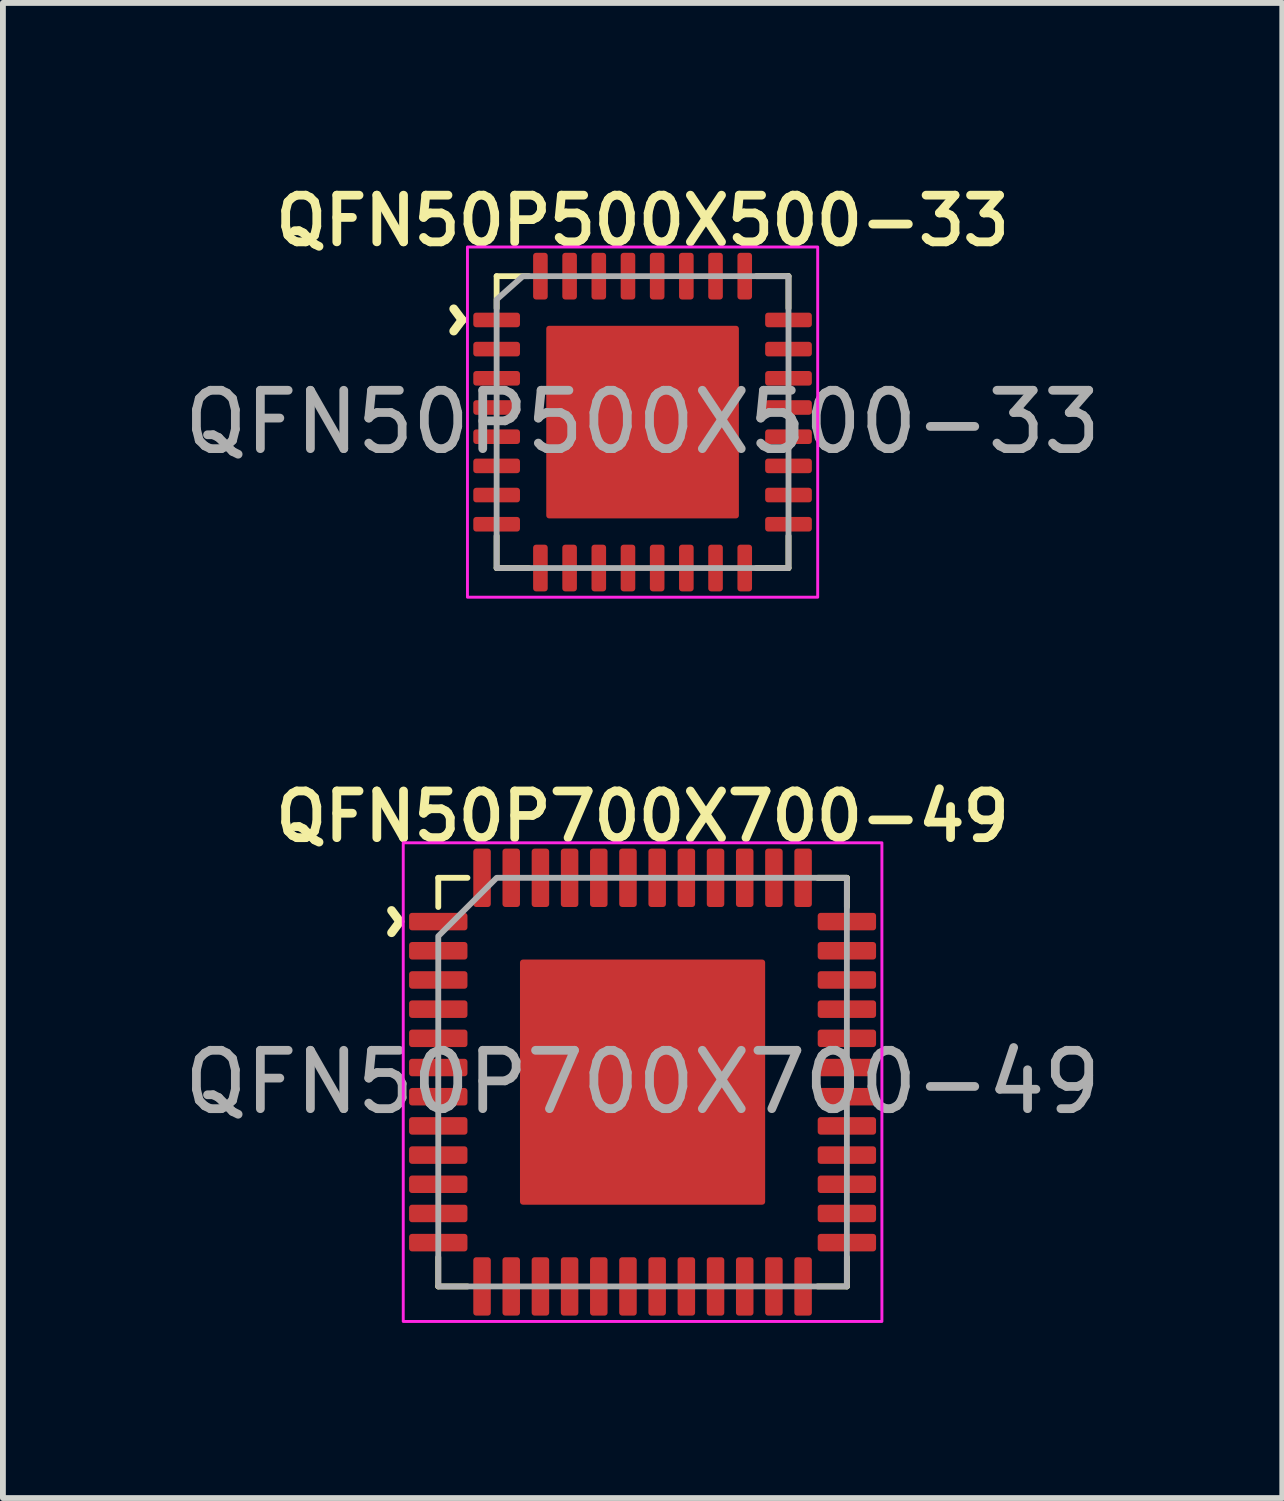
<source format=kicad_pcb>
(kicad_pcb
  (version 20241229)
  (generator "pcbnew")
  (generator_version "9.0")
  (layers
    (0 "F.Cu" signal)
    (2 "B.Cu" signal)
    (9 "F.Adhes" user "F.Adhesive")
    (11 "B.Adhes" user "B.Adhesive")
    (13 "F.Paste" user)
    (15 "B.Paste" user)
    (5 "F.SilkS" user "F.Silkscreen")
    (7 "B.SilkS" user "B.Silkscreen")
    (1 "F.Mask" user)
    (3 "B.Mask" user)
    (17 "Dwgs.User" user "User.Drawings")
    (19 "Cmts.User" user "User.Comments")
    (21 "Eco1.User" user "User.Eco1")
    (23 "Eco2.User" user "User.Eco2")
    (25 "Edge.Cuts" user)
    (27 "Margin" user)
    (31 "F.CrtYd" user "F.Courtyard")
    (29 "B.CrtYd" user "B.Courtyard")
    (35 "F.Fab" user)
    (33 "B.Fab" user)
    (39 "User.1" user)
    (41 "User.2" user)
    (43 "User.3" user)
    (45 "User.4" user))
  (footprint "QFN50P500X500-33"
    (layer "F.Cu")
    (at 7.958 4.181)
    (property "Reference" "QFN50P500X500-33" (at 0 -3.45 0) (layer "F.SilkS") (effects (font (size 0.8 0.8) (thickness 0.15))))
    (attr smd)
    (fp_line (start -2.5 -2.5) (end -1.95 -2.5) (stroke (width 0.1) (type solid)) (layer "F.SilkS"))
    (fp_line (start -2.5 -1.95) (end -2.5 -2.5) (stroke (width 0.1) (type solid)) (layer "F.SilkS"))
    (fp_line (start -2.5 2.5) (end -2.5 1.95) (stroke (width 0.1) (type solid)) (layer "F.SilkS"))
    (fp_line (start -1.95 2.5) (end -2.5 2.5) (stroke (width 0.1) (type solid)) (layer "F.SilkS"))
    (fp_line (start 1.95 -2.5) (end 2.5 -2.5) (stroke (width 0.1) (type solid)) (layer "F.SilkS"))
    (fp_line (start 2.5 -2.5) (end 2.5 -1.95) (stroke (width 0.1) (type solid)) (layer "F.SilkS"))
    (fp_line (start 2.5 2.5) (end 1.95 2.5) (stroke (width 0.1) (type solid)) (layer "F.SilkS"))
    (fp_line (start 2.5 1.95) (end 2.5 2.5) (stroke (width 0.1) (type solid)) (layer "F.SilkS"))
    (fp_rect (start -3 -3) (end 3 3) (stroke (width 0.05) (type default)) (fill no) (layer "F.CrtYd"))
    (fp_poly (pts (xy 2.5 2.5) (xy -2.5 2.5) (xy -2.5 -2.1) (xy -2.05 -2.5) (xy 2.5 -2.5)) (stroke (width 0.1) (type solid)) (fill no) (layer "F.Fab"))
    (fp_text user "^" (at -3.1 -1.75 270) (unlocked yes) (layer "F.SilkS") (effects (font (size 1 1) (thickness 0.15)) (justify top)))
    (fp_text user "${REFERENCE}" (at 0 0 0) (layer "F.Fab") (effects (font (size 1 1) (thickness 0.15))))
    (pad "" smd roundrect (at -0.9 -0.9) (size 1.3 1.3) (layers "F.Paste") (roundrect_rratio 0.03))
    (pad "" smd roundrect (at -0.9 0.9) (size 1.3 1.3) (layers "F.Paste") (roundrect_rratio 0.03))
    (pad "" smd roundrect (at 0.9 -0.9) (size 1.3 1.3) (layers "F.Paste") (roundrect_rratio 0.03))
    (pad "" smd roundrect (at 0.9 0.9) (size 1.3 1.3) (layers "F.Paste") (roundrect_rratio 0.03))
    (pad "1" smd roundrect (at -2.5 -1.75 90) (size 0.25 0.8) (layers "F.Cu" "F.Mask" "F.Paste") (roundrect_rratio 0.2))
    (pad "2" smd roundrect (at -2.5 -1.25 90) (size 0.25 0.8) (layers "F.Cu" "F.Mask" "F.Paste") (roundrect_rratio 0.2))
    (pad "3" smd roundrect (at -2.5 -0.75 90) (size 0.25 0.8) (layers "F.Cu" "F.Mask" "F.Paste") (roundrect_rratio 0.2))
    (pad "4" smd roundrect (at -2.5 -0.25 90) (size 0.25 0.8) (layers "F.Cu" "F.Mask" "F.Paste") (roundrect_rratio 0.2))
    (pad "5" smd roundrect (at -2.5 0.25 90) (size 0.25 0.8) (layers "F.Cu" "F.Mask" "F.Paste") (roundrect_rratio 0.2))
    (pad "6" smd roundrect (at -2.5 0.75 90) (size 0.25 0.8) (layers "F.Cu" "F.Mask" "F.Paste") (roundrect_rratio 0.2))
    (pad "7" smd roundrect (at -2.5 1.25 90) (size 0.25 0.8) (layers "F.Cu" "F.Mask" "F.Paste") (roundrect_rratio 0.2))
    (pad "8" smd roundrect (at -2.5 1.75 90) (size 0.25 0.8) (layers "F.Cu" "F.Mask" "F.Paste") (roundrect_rratio 0.2))
    (pad "9" smd roundrect (at -1.75 2.5) (size 0.25 0.8) (layers "F.Cu" "F.Mask" "F.Paste") (roundrect_rratio 0.2))
    (pad "10" smd roundrect (at -1.25 2.5) (size 0.25 0.8) (layers "F.Cu" "F.Mask" "F.Paste") (roundrect_rratio 0.2))
    (pad "11" smd roundrect (at -0.75 2.5) (size 0.25 0.8) (layers "F.Cu" "F.Mask" "F.Paste") (roundrect_rratio 0.2))
    (pad "12" smd roundrect (at -0.25 2.5) (size 0.25 0.8) (layers "F.Cu" "F.Mask" "F.Paste") (roundrect_rratio 0.2))
    (pad "13" smd roundrect (at 0.25 2.5) (size 0.25 0.8) (layers "F.Cu" "F.Mask" "F.Paste") (roundrect_rratio 0.2))
    (pad "14" smd roundrect (at 0.75 2.5) (size 0.25 0.8) (layers "F.Cu" "F.Mask" "F.Paste") (roundrect_rratio 0.2))
    (pad "15" smd roundrect (at 1.25 2.5) (size 0.25 0.8) (layers "F.Cu" "F.Mask" "F.Paste") (roundrect_rratio 0.2))
    (pad "16" smd roundrect (at 1.75 2.5) (size 0.25 0.8) (layers "F.Cu" "F.Mask" "F.Paste") (roundrect_rratio 0.2))
    (pad "17" smd roundrect (at 2.5 1.75 90) (size 0.25 0.8) (layers "F.Cu" "F.Mask" "F.Paste") (roundrect_rratio 0.2))
    (pad "18" smd roundrect (at 2.5 1.25 90) (size 0.25 0.8) (layers "F.Cu" "F.Mask" "F.Paste") (roundrect_rratio 0.2))
    (pad "19" smd roundrect (at 2.5 0.75 90) (size 0.25 0.8) (layers "F.Cu" "F.Mask" "F.Paste") (roundrect_rratio 0.2))
    (pad "20" smd roundrect (at 2.5 0.25 90) (size 0.25 0.8) (layers "F.Cu" "F.Mask" "F.Paste") (roundrect_rratio 0.2))
    (pad "21" smd roundrect (at 2.5 -0.25 90) (size 0.25 0.8) (layers "F.Cu" "F.Mask" "F.Paste") (roundrect_rratio 0.2))
    (pad "22" smd roundrect (at 2.5 -0.75 90) (size 0.25 0.8) (layers "F.Cu" "F.Mask" "F.Paste") (roundrect_rratio 0.2))
    (pad "23" smd roundrect (at 2.5 -1.25 90) (size 0.25 0.8) (layers "F.Cu" "F.Mask" "F.Paste") (roundrect_rratio 0.2))
    (pad "24" smd roundrect (at 2.5 -1.75 90) (size 0.25 0.8) (layers "F.Cu" "F.Mask" "F.Paste") (roundrect_rratio 0.2))
    (pad "25" smd roundrect (at 1.75 -2.5) (size 0.25 0.8) (layers "F.Cu" "F.Mask" "F.Paste") (roundrect_rratio 0.2))
    (pad "26" smd roundrect (at 1.25 -2.5) (size 0.25 0.8) (layers "F.Cu" "F.Mask" "F.Paste") (roundrect_rratio 0.2))
    (pad "27" smd roundrect (at 0.75 -2.5) (size 0.25 0.8) (layers "F.Cu" "F.Mask" "F.Paste") (roundrect_rratio 0.2))
    (pad "28" smd roundrect (at 0.25 -2.5) (size 0.25 0.8) (layers "F.Cu" "F.Mask" "F.Paste") (roundrect_rratio 0.2))
    (pad "29" smd roundrect (at -0.25 -2.5) (size 0.25 0.8) (layers "F.Cu" "F.Mask" "F.Paste") (roundrect_rratio 0.2))
    (pad "30" smd roundrect (at -0.75 -2.5) (size 0.25 0.8) (layers "F.Cu" "F.Mask" "F.Paste") (roundrect_rratio 0.2))
    (pad "31" smd roundrect (at -1.25 -2.5) (size 0.25 0.8) (layers "F.Cu" "F.Mask" "F.Paste") (roundrect_rratio 0.2))
    (pad "32" smd roundrect (at -1.75 -2.5) (size 0.25 0.8) (layers "F.Cu" "F.Mask" "F.Paste") (roundrect_rratio 0.2))
    (pad "33" smd roundrect (at 0 0) (size 3.3 3.3) (property pad_prop_heatsink) (layers "F.Cu" "F.Mask") (roundrect_rratio 0.015)))
  (footprint "QFN50P700X700-49"
    (layer "F.Cu")
    (at 7.958 15.488)
    (property "Reference" "QFN50P700X700-49" (at 0 -4.55 0) (layer "F.SilkS") (effects (font (size 0.8 0.8) (thickness 0.15))))
    (attr smd)
    (fp_line (start -3.5 -3.5) (end -3.5 -3) (stroke (width 0.1) (type solid)) (layer "F.SilkS"))
    (fp_line (start -3.5 3) (end -3.5 3.5) (stroke (width 0.1) (type solid)) (layer "F.SilkS"))
    (fp_line (start -3.5 3.5) (end -3 3.5) (stroke (width 0.1) (type solid)) (layer "F.SilkS"))
    (fp_line (start -3 -3.5) (end -3.5 -3.5) (stroke (width 0.1) (type solid)) (layer "F.SilkS"))
    (fp_line (start 3 3.5) (end 3.5 3.5) (stroke (width 0.1) (type solid)) (layer "F.SilkS"))
    (fp_line (start 3.5 -3.5) (end 3 -3.5) (stroke (width 0.1) (type solid)) (layer "F.SilkS"))
    (fp_line (start 3.5 -3) (end 3.5 -3.5) (stroke (width 0.1) (type solid)) (layer "F.SilkS"))
    (fp_line (start 3.5 3.5) (end 3.5 3) (stroke (width 0.1) (type solid)) (layer "F.SilkS"))
    (fp_poly (pts (xy 4.1 -4.1) (xy -4.1 -4.1) (xy -4.1 4.1) (xy 4.1 4.1)) (stroke (width 0.05) (type solid)) (fill no) (layer "F.CrtYd"))
    (fp_poly (pts (xy -2.5 -3.5) (xy 3.5 -3.5) (xy 3.5 3.5) (xy -3.5 3.5) (xy -3.5 -2.5)) (stroke (width 0.1) (type solid)) (fill no) (layer "F.Fab"))
    (fp_text user "^" (at -4.75 -2.75 270) (unlocked yes) (layer "F.SilkS") (effects (font (size 1 1) (thickness 0.15))))
    (fp_text user "${REFERENCE}" (at 0 0 0) (layer "F.Fab") (effects (font (size 1 1) (thickness 0.15))))
    (pad "" smd roundrect (at -1.6 -1.6) (size 1 1) (layers "F.Paste") (roundrect_rratio 0.05))
    (pad "" smd roundrect (at -1.6 0) (size 1 1) (layers "F.Paste") (roundrect_rratio 0.05))
    (pad "" smd roundrect (at -1.6 1.6) (size 1 1) (layers "F.Paste") (roundrect_rratio 0.05))
    (pad "" smd roundrect (at 0 -1.6) (size 1 1) (layers "F.Paste") (roundrect_rratio 0.05))
    (pad "" smd roundrect (at 0 0) (size 1 1) (layers "F.Paste") (roundrect_rratio 0.05))
    (pad "" smd roundrect (at 0 1.6) (size 1 1) (layers "F.Paste") (roundrect_rratio 0.05))
    (pad "" smd roundrect (at 1.6 -1.6) (size 1 1) (layers "F.Paste") (roundrect_rratio 0.05))
    (pad "" smd roundrect (at 1.6 0) (size 1 1) (layers "F.Paste") (roundrect_rratio 0.05))
    (pad "" smd roundrect (at 1.6 1.6) (size 1 1) (layers "F.Paste") (roundrect_rratio 0.05))
    (pad "1" smd roundrect (at -3.5 -2.75 90) (size 0.3 1) (layers "F.Cu" "F.Mask" "F.Paste") (roundrect_rratio 0.167))
    (pad "2" smd roundrect (at -3.5 -2.25 90) (size 0.3 1) (layers "F.Cu" "F.Mask" "F.Paste") (roundrect_rratio 0.167))
    (pad "3" smd roundrect (at -3.5 -1.75 90) (size 0.3 1) (layers "F.Cu" "F.Mask" "F.Paste") (roundrect_rratio 0.167))
    (pad "4" smd roundrect (at -3.5 -1.25 90) (size 0.3 1) (layers "F.Cu" "F.Mask" "F.Paste") (roundrect_rratio 0.167))
    (pad "5" smd roundrect (at -3.5 -0.75 90) (size 0.3 1) (layers "F.Cu" "F.Mask" "F.Paste") (roundrect_rratio 0.167))
    (pad "6" smd roundrect (at -3.5 -0.25 90) (size 0.3 1) (layers "F.Cu" "F.Mask" "F.Paste") (roundrect_rratio 0.167))
    (pad "7" smd roundrect (at -3.5 0.25 90) (size 0.3 1) (layers "F.Cu" "F.Mask" "F.Paste") (roundrect_rratio 0.167))
    (pad "8" smd roundrect (at -3.5 0.75 90) (size 0.3 1) (layers "F.Cu" "F.Mask" "F.Paste") (roundrect_rratio 0.167))
    (pad "9" smd roundrect (at -3.5 1.25 90) (size 0.3 1) (layers "F.Cu" "F.Mask" "F.Paste") (roundrect_rratio 0.167))
    (pad "10" smd roundrect (at -3.5 1.75 90) (size 0.3 1) (layers "F.Cu" "F.Mask" "F.Paste") (roundrect_rratio 0.167))
    (pad "11" smd roundrect (at -3.5 2.25 90) (size 0.3 1) (layers "F.Cu" "F.Mask" "F.Paste") (roundrect_rratio 0.167))
    (pad "12" smd roundrect (at -3.5 2.75 90) (size 0.3 1) (layers "F.Cu" "F.Mask" "F.Paste") (roundrect_rratio 0.167))
    (pad "13" smd roundrect (at -2.75 3.5) (size 0.3 1) (layers "F.Cu" "F.Mask" "F.Paste") (roundrect_rratio 0.167))
    (pad "14" smd roundrect (at -2.25 3.5) (size 0.3 1) (layers "F.Cu" "F.Mask" "F.Paste") (roundrect_rratio 0.167))
    (pad "15" smd roundrect (at -1.75 3.5) (size 0.3 1) (layers "F.Cu" "F.Mask" "F.Paste") (roundrect_rratio 0.167))
    (pad "16" smd roundrect (at -1.25 3.5) (size 0.3 1) (layers "F.Cu" "F.Mask" "F.Paste") (roundrect_rratio 0.167))
    (pad "17" smd roundrect (at -0.75 3.5) (size 0.3 1) (layers "F.Cu" "F.Mask" "F.Paste") (roundrect_rratio 0.167))
    (pad "18" smd roundrect (at -0.25 3.5) (size 0.3 1) (layers "F.Cu" "F.Mask" "F.Paste") (roundrect_rratio 0.167))
    (pad "19" smd roundrect (at 0.25 3.5) (size 0.3 1) (layers "F.Cu" "F.Mask" "F.Paste") (roundrect_rratio 0.167))
    (pad "20" smd roundrect (at 0.75 3.5) (size 0.3 1) (layers "F.Cu" "F.Mask" "F.Paste") (roundrect_rratio 0.167))
    (pad "21" smd roundrect (at 1.25 3.5) (size 0.3 1) (layers "F.Cu" "F.Mask" "F.Paste") (roundrect_rratio 0.167))
    (pad "22" smd roundrect (at 1.75 3.5) (size 0.3 1) (layers "F.Cu" "F.Mask" "F.Paste") (roundrect_rratio 0.167))
    (pad "23" smd roundrect (at 2.25 3.5) (size 0.3 1) (layers "F.Cu" "F.Mask" "F.Paste") (roundrect_rratio 0.167))
    (pad "24" smd roundrect (at 2.75 3.5) (size 0.3 1) (layers "F.Cu" "F.Mask" "F.Paste") (roundrect_rratio 0.167))
    (pad "25" smd roundrect (at 3.5 2.75 90) (size 0.3 1) (layers "F.Cu" "F.Mask" "F.Paste") (roundrect_rratio 0.167))
    (pad "26" smd roundrect (at 3.5 2.25 90) (size 0.3 1) (layers "F.Cu" "F.Mask" "F.Paste") (roundrect_rratio 0.167))
    (pad "27" smd roundrect (at 3.5 1.75 90) (size 0.3 1) (layers "F.Cu" "F.Mask" "F.Paste") (roundrect_rratio 0.167))
    (pad "28" smd roundrect (at 3.5 1.25 90) (size 0.3 1) (layers "F.Cu" "F.Mask" "F.Paste") (roundrect_rratio 0.167))
    (pad "29" smd roundrect (at 3.5 0.75 90) (size 0.3 1) (layers "F.Cu" "F.Mask" "F.Paste") (roundrect_rratio 0.167))
    (pad "30" smd roundrect (at 3.5 0.25 90) (size 0.3 1) (layers "F.Cu" "F.Mask" "F.Paste") (roundrect_rratio 0.167))
    (pad "31" smd roundrect (at 3.5 -0.25 90) (size 0.3 1) (layers "F.Cu" "F.Mask" "F.Paste") (roundrect_rratio 0.167))
    (pad "32" smd roundrect (at 3.5 -0.75 90) (size 0.3 1) (layers "F.Cu" "F.Mask" "F.Paste") (roundrect_rratio 0.167))
    (pad "33" smd roundrect (at 3.5 -1.25 90) (size 0.3 1) (layers "F.Cu" "F.Mask" "F.Paste") (roundrect_rratio 0.167))
    (pad "34" smd roundrect (at 3.5 -1.75 90) (size 0.3 1) (layers "F.Cu" "F.Mask" "F.Paste") (roundrect_rratio 0.167))
    (pad "35" smd roundrect (at 3.5 -2.25 90) (size 0.3 1) (layers "F.Cu" "F.Mask" "F.Paste") (roundrect_rratio 0.167))
    (pad "36" smd roundrect (at 3.5 -2.75 90) (size 0.3 1) (layers "F.Cu" "F.Mask" "F.Paste") (roundrect_rratio 0.167))
    (pad "37" smd roundrect (at 2.75 -3.5) (size 0.3 1) (layers "F.Cu" "F.Mask" "F.Paste") (roundrect_rratio 0.167))
    (pad "38" smd roundrect (at 2.25 -3.5) (size 0.3 1) (layers "F.Cu" "F.Mask" "F.Paste") (roundrect_rratio 0.167))
    (pad "39" smd roundrect (at 1.75 -3.5) (size 0.3 1) (layers "F.Cu" "F.Mask" "F.Paste") (roundrect_rratio 0.167))
    (pad "40" smd roundrect (at 1.25 -3.5) (size 0.3 1) (layers "F.Cu" "F.Mask" "F.Paste") (roundrect_rratio 0.167))
    (pad "41" smd roundrect (at 0.75 -3.5) (size 0.3 1) (layers "F.Cu" "F.Mask" "F.Paste") (roundrect_rratio 0.167))
    (pad "42" smd roundrect (at 0.25 -3.5) (size 0.3 1) (layers "F.Cu" "F.Mask" "F.Paste") (roundrect_rratio 0.167))
    (pad "43" smd roundrect (at -0.25 -3.5) (size 0.3 1) (layers "F.Cu" "F.Mask" "F.Paste") (roundrect_rratio 0.167))
    (pad "44" smd roundrect (at -0.75 -3.5) (size 0.3 1) (layers "F.Cu" "F.Mask" "F.Paste") (roundrect_rratio 0.167))
    (pad "45" smd roundrect (at -1.25 -3.5) (size 0.3 1) (layers "F.Cu" "F.Mask" "F.Paste") (roundrect_rratio 0.167))
    (pad "46" smd roundrect (at -1.75 -3.5) (size 0.3 1) (layers "F.Cu" "F.Mask" "F.Paste") (roundrect_rratio 0.167))
    (pad "47" smd roundrect (at -2.25 -3.5) (size 0.3 1) (layers "F.Cu" "F.Mask" "F.Paste") (roundrect_rratio 0.167))
    (pad "48" smd roundrect (at -2.75 -3.5) (size 0.3 1) (layers "F.Cu" "F.Mask" "F.Paste") (roundrect_rratio 0.167))
    (pad "49" smd roundrect (at 0 0) (size 4.2 4.2) (layers "F.Cu" "F.Mask") (roundrect_rratio 0.012)))
  (gr_rect
    (start -3 -3)
    (end 18.917 22.613)
    (stroke (width 0.1) (type default))
    (fill no)
    (layer "Edge.Cuts")))
</source>
